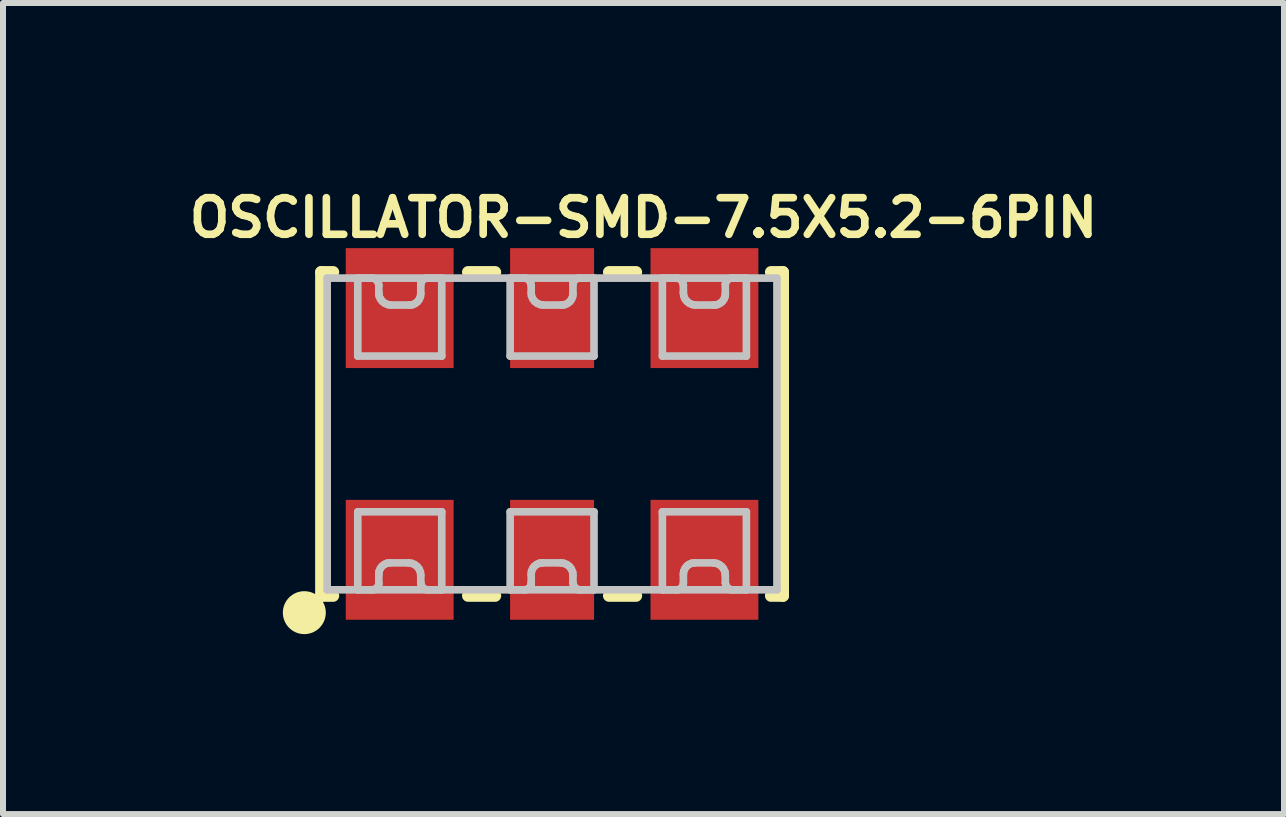
<source format=kicad_pcb>
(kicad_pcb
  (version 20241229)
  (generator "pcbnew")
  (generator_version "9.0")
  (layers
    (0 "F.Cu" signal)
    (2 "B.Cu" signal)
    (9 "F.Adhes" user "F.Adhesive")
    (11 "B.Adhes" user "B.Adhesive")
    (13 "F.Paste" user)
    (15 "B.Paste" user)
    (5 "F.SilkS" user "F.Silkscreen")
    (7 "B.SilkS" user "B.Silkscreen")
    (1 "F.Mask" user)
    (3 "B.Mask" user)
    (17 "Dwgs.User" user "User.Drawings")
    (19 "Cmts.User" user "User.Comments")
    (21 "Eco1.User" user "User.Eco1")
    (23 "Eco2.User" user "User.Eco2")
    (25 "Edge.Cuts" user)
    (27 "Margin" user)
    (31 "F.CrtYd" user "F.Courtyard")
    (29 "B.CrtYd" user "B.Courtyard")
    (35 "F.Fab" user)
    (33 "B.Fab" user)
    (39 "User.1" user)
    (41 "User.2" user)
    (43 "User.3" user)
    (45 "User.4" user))
  (footprint "OSCILLATOR-SMD-7.5X5.2-6PIN"
    (layer "F.Cu")
    (at 6.153 4.184)
    (property "Reference" "OSCILLATOR-SMD-7.5X5.2-6PIN" (at 1.524 -3.604 0) (layer "F.SilkS") (effects (font (size 0.61 0.61) (thickness 0.127))))
    (attr smd)
    (fp_line (start -3.848 -2.697) (end -3.848 2.697) (stroke (width 0.203) (type solid)) (layer "F.SilkS"))
    (fp_line (start -3.848 -2.697) (end -3.65 -2.697) (stroke (width 0.203) (type solid)) (layer "F.SilkS"))
    (fp_line (start -3.848 2.697) (end -3.65 2.697) (stroke (width 0.203) (type solid)) (layer "F.SilkS"))
    (fp_line (start -1.4 -2.697) (end -0.95 -2.697) (stroke (width 0.203) (type solid)) (layer "F.SilkS"))
    (fp_line (start -1.4 2.697) (end -0.95 2.697) (stroke (width 0.203) (type solid)) (layer "F.SilkS"))
    (fp_line (start 0.95 -2.697) (end 1.4 -2.697) (stroke (width 0.203) (type solid)) (layer "F.SilkS"))
    (fp_line (start 0.95 2.697) (end 1.4 2.697) (stroke (width 0.203) (type solid)) (layer "F.SilkS"))
    (fp_line (start 3.65 -2.697) (end 3.848 -2.697) (stroke (width 0.203) (type solid)) (layer "F.SilkS"))
    (fp_line (start 3.65 2.697) (end 3.848 2.697) (stroke (width 0.203) (type solid)) (layer "F.SilkS"))
    (fp_line (start 3.848 2.697) (end 3.848 -2.697) (stroke (width 0.203) (type solid)) (layer "F.SilkS"))
    (fp_circle (center -4.13 2.979) (end -4.13 2.621) (stroke (width 0) (type solid)) (fill yes) (layer "F.SilkS"))
    (fp_line (start -3.749 -2.598) (end -3.749 2.598) (stroke (width 0.127) (type solid)) (layer "Dwgs.User"))
    (fp_line (start -3.749 2.598) (end 3.749 2.598) (stroke (width 0.127) (type solid)) (layer "Dwgs.User"))
    (fp_line (start -3.239 -2.598) (end -3.005 -2.598) (stroke (width 0.127) (type solid)) (layer "Dwgs.User"))
    (fp_line (start -3.239 -1.298) (end -3.239 -2.598) (stroke (width 0.127) (type solid)) (layer "Dwgs.User"))
    (fp_line (start -3.239 1.298) (end -1.839 1.298) (stroke (width 0.127) (type solid)) (layer "Dwgs.User"))
    (fp_line (start -3.239 2.598) (end -3.239 1.298) (stroke (width 0.127) (type solid)) (layer "Dwgs.User"))
    (fp_line (start -3.005 -2.598) (end -2.969 -2.593) (stroke (width 0.127) (type solid)) (layer "Dwgs.User"))
    (fp_line (start -2.997 2.598) (end -3.239 2.598) (stroke (width 0.127) (type solid)) (layer "Dwgs.User"))
    (fp_line (start -2.969 -2.593) (end -2.936 -2.576) (stroke (width 0.127) (type solid)) (layer "Dwgs.User"))
    (fp_line (start -2.964 2.593) (end -2.997 2.598) (stroke (width 0.127) (type solid)) (layer "Dwgs.User"))
    (fp_line (start -2.936 -2.576) (end -2.911 -2.55) (stroke (width 0.127) (type solid)) (layer "Dwgs.User"))
    (fp_line (start -2.934 2.578) (end -2.964 2.593) (stroke (width 0.127) (type solid)) (layer "Dwgs.User"))
    (fp_line (start -2.911 -2.55) (end -2.896 -2.517) (stroke (width 0.127) (type solid)) (layer "Dwgs.User"))
    (fp_line (start -2.908 2.555) (end -2.934 2.578) (stroke (width 0.127) (type solid)) (layer "Dwgs.User"))
    (fp_line (start -2.896 -2.517) (end -2.888 -2.482) (stroke (width 0.127) (type solid)) (layer "Dwgs.User"))
    (fp_line (start -2.893 2.525) (end -2.908 2.555) (stroke (width 0.127) (type solid)) (layer "Dwgs.User"))
    (fp_line (start -2.888 -2.482) (end -2.888 -2.355) (stroke (width 0.127) (type solid)) (layer "Dwgs.User"))
    (fp_line (start -2.888 -2.355) (end -2.883 -2.301) (stroke (width 0.127) (type solid)) (layer "Dwgs.User"))
    (fp_line (start -2.888 2.337) (end -2.888 2.492) (stroke (width 0.127) (type solid)) (layer "Dwgs.User"))
    (fp_line (start -2.888 2.492) (end -2.893 2.525) (stroke (width 0.127) (type solid)) (layer "Dwgs.User"))
    (fp_line (start -2.883 -2.301) (end -2.86 -2.25) (stroke (width 0.127) (type solid)) (layer "Dwgs.User"))
    (fp_line (start -2.883 2.289) (end -2.888 2.337) (stroke (width 0.127) (type solid)) (layer "Dwgs.User"))
    (fp_line (start -2.863 2.243) (end -2.883 2.289) (stroke (width 0.127) (type solid)) (layer "Dwgs.User"))
    (fp_line (start -2.86 -2.25) (end -2.83 -2.21) (stroke (width 0.127) (type solid)) (layer "Dwgs.User"))
    (fp_line (start -2.835 2.205) (end -2.863 2.243) (stroke (width 0.127) (type solid)) (layer "Dwgs.User"))
    (fp_line (start -2.83 -2.21) (end -2.786 -2.177) (stroke (width 0.127) (type solid)) (layer "Dwgs.User"))
    (fp_line (start -2.794 2.174) (end -2.835 2.205) (stroke (width 0.127) (type solid)) (layer "Dwgs.User"))
    (fp_line (start -2.786 -2.177) (end -2.736 -2.156) (stroke (width 0.127) (type solid)) (layer "Dwgs.User"))
    (fp_line (start -2.748 2.154) (end -2.794 2.174) (stroke (width 0.127) (type solid)) (layer "Dwgs.User"))
    (fp_line (start -2.736 -2.156) (end -2.685 -2.149) (stroke (width 0.127) (type solid)) (layer "Dwgs.User"))
    (fp_line (start -2.7 2.149) (end -2.748 2.154) (stroke (width 0.127) (type solid)) (layer "Dwgs.User"))
    (fp_line (start -2.685 -2.149) (end -2.377 -2.149) (stroke (width 0.127) (type solid)) (layer "Dwgs.User"))
    (fp_line (start -2.393 2.149) (end -2.7 2.149) (stroke (width 0.127) (type solid)) (layer "Dwgs.User"))
    (fp_line (start -2.377 -2.149) (end -2.329 -2.154) (stroke (width 0.127) (type solid)) (layer "Dwgs.User"))
    (fp_line (start -2.342 2.156) (end -2.393 2.149) (stroke (width 0.127) (type solid)) (layer "Dwgs.User"))
    (fp_line (start -2.329 -2.154) (end -2.283 -2.174) (stroke (width 0.127) (type solid)) (layer "Dwgs.User"))
    (fp_line (start -2.291 2.177) (end -2.342 2.156) (stroke (width 0.127) (type solid)) (layer "Dwgs.User"))
    (fp_line (start -2.283 -2.174) (end -2.243 -2.205) (stroke (width 0.127) (type solid)) (layer "Dwgs.User"))
    (fp_line (start -2.248 2.21) (end -2.291 2.177) (stroke (width 0.127) (type solid)) (layer "Dwgs.User"))
    (fp_line (start -2.243 -2.205) (end -2.215 -2.243) (stroke (width 0.127) (type solid)) (layer "Dwgs.User"))
    (fp_line (start -2.217 2.25) (end -2.248 2.21) (stroke (width 0.127) (type solid)) (layer "Dwgs.User"))
    (fp_line (start -2.215 -2.243) (end -2.195 -2.289) (stroke (width 0.127) (type solid)) (layer "Dwgs.User"))
    (fp_line (start -2.195 -2.289) (end -2.189 -2.337) (stroke (width 0.127) (type solid)) (layer "Dwgs.User"))
    (fp_line (start -2.195 2.301) (end -2.217 2.25) (stroke (width 0.127) (type solid)) (layer "Dwgs.User"))
    (fp_line (start -2.189 -2.492) (end -2.184 -2.525) (stroke (width 0.127) (type solid)) (layer "Dwgs.User"))
    (fp_line (start -2.189 -2.337) (end -2.189 -2.492) (stroke (width 0.127) (type solid)) (layer "Dwgs.User"))
    (fp_line (start -2.189 2.355) (end -2.195 2.301) (stroke (width 0.127) (type solid)) (layer "Dwgs.User"))
    (fp_line (start -2.189 2.482) (end -2.189 2.355) (stroke (width 0.127) (type solid)) (layer "Dwgs.User"))
    (fp_line (start -2.184 -2.525) (end -2.169 -2.555) (stroke (width 0.127) (type solid)) (layer "Dwgs.User"))
    (fp_line (start -2.182 2.517) (end -2.189 2.482) (stroke (width 0.127) (type solid)) (layer "Dwgs.User"))
    (fp_line (start -2.169 -2.555) (end -2.144 -2.578) (stroke (width 0.127) (type solid)) (layer "Dwgs.User"))
    (fp_line (start -2.167 2.55) (end -2.182 2.517) (stroke (width 0.127) (type solid)) (layer "Dwgs.User"))
    (fp_line (start -2.144 -2.578) (end -2.113 -2.593) (stroke (width 0.127) (type solid)) (layer "Dwgs.User"))
    (fp_line (start -2.141 2.576) (end -2.167 2.55) (stroke (width 0.127) (type solid)) (layer "Dwgs.User"))
    (fp_line (start -2.113 -2.593) (end -2.08 -2.598) (stroke (width 0.127) (type solid)) (layer "Dwgs.User"))
    (fp_line (start -2.108 2.593) (end -2.141 2.576) (stroke (width 0.127) (type solid)) (layer "Dwgs.User"))
    (fp_line (start -2.08 -2.598) (end -1.839 -2.598) (stroke (width 0.127) (type solid)) (layer "Dwgs.User"))
    (fp_line (start -2.073 2.598) (end -2.108 2.593) (stroke (width 0.127) (type solid)) (layer "Dwgs.User"))
    (fp_line (start -1.839 -2.598) (end -1.839 -1.298) (stroke (width 0.127) (type solid)) (layer "Dwgs.User"))
    (fp_line (start -1.839 -1.298) (end -3.239 -1.298) (stroke (width 0.127) (type solid)) (layer "Dwgs.User"))
    (fp_line (start -1.839 1.298) (end -1.839 2.598) (stroke (width 0.127) (type solid)) (layer "Dwgs.User"))
    (fp_line (start -1.839 2.598) (end -2.073 2.598) (stroke (width 0.127) (type solid)) (layer "Dwgs.User"))
    (fp_line (start -0.699 -2.598) (end -0.465 -2.598) (stroke (width 0.127) (type solid)) (layer "Dwgs.User"))
    (fp_line (start -0.699 -1.298) (end -0.699 -2.598) (stroke (width 0.127) (type solid)) (layer "Dwgs.User"))
    (fp_line (start -0.699 1.298) (end 0.699 1.298) (stroke (width 0.127) (type solid)) (layer "Dwgs.User"))
    (fp_line (start -0.699 2.598) (end -0.699 1.298) (stroke (width 0.127) (type solid)) (layer "Dwgs.User"))
    (fp_line (start -0.465 -2.598) (end -0.429 -2.593) (stroke (width 0.127) (type solid)) (layer "Dwgs.User"))
    (fp_line (start -0.457 2.598) (end -0.699 2.598) (stroke (width 0.127) (type solid)) (layer "Dwgs.User"))
    (fp_line (start -0.429 -2.593) (end -0.396 -2.576) (stroke (width 0.127) (type solid)) (layer "Dwgs.User"))
    (fp_line (start -0.424 2.593) (end -0.457 2.598) (stroke (width 0.127) (type solid)) (layer "Dwgs.User"))
    (fp_line (start -0.396 -2.576) (end -0.371 -2.55) (stroke (width 0.127) (type solid)) (layer "Dwgs.User"))
    (fp_line (start -0.394 2.578) (end -0.424 2.593) (stroke (width 0.127) (type solid)) (layer "Dwgs.User"))
    (fp_line (start -0.371 -2.55) (end -0.356 -2.517) (stroke (width 0.127) (type solid)) (layer "Dwgs.User"))
    (fp_line (start -0.368 2.555) (end -0.394 2.578) (stroke (width 0.127) (type solid)) (layer "Dwgs.User"))
    (fp_line (start -0.356 -2.517) (end -0.348 -2.482) (stroke (width 0.127) (type solid)) (layer "Dwgs.User"))
    (fp_line (start -0.353 2.525) (end -0.368 2.555) (stroke (width 0.127) (type solid)) (layer "Dwgs.User"))
    (fp_line (start -0.348 -2.482) (end -0.348 -2.355) (stroke (width 0.127) (type solid)) (layer "Dwgs.User"))
    (fp_line (start -0.348 -2.355) (end -0.343 -2.301) (stroke (width 0.127) (type solid)) (layer "Dwgs.User"))
    (fp_line (start -0.348 2.337) (end -0.348 2.492) (stroke (width 0.127) (type solid)) (layer "Dwgs.User"))
    (fp_line (start -0.348 2.492) (end -0.353 2.525) (stroke (width 0.127) (type solid)) (layer "Dwgs.User"))
    (fp_line (start -0.343 -2.301) (end -0.32 -2.25) (stroke (width 0.127) (type solid)) (layer "Dwgs.User"))
    (fp_line (start -0.343 2.289) (end -0.348 2.337) (stroke (width 0.127) (type solid)) (layer "Dwgs.User"))
    (fp_line (start -0.323 2.243) (end -0.343 2.289) (stroke (width 0.127) (type solid)) (layer "Dwgs.User"))
    (fp_line (start -0.32 -2.25) (end -0.29 -2.21) (stroke (width 0.127) (type solid)) (layer "Dwgs.User"))
    (fp_line (start -0.295 2.205) (end -0.323 2.243) (stroke (width 0.127) (type solid)) (layer "Dwgs.User"))
    (fp_line (start -0.29 -2.21) (end -0.246 -2.177) (stroke (width 0.127) (type solid)) (layer "Dwgs.User"))
    (fp_line (start -0.254 2.174) (end -0.295 2.205) (stroke (width 0.127) (type solid)) (layer "Dwgs.User"))
    (fp_line (start -0.246 -2.177) (end -0.196 -2.156) (stroke (width 0.127) (type solid)) (layer "Dwgs.User"))
    (fp_line (start -0.208 2.154) (end -0.254 2.174) (stroke (width 0.127) (type solid)) (layer "Dwgs.User"))
    (fp_line (start -0.196 -2.156) (end -0.145 -2.149) (stroke (width 0.127) (type solid)) (layer "Dwgs.User"))
    (fp_line (start -0.16 2.149) (end -0.208 2.154) (stroke (width 0.127) (type solid)) (layer "Dwgs.User"))
    (fp_line (start -0.145 -2.149) (end 0.16 -2.149) (stroke (width 0.127) (type solid)) (layer "Dwgs.User"))
    (fp_line (start 0.145 2.149) (end -0.16 2.149) (stroke (width 0.127) (type solid)) (layer "Dwgs.User"))
    (fp_line (start 0.16 -2.149) (end 0.208 -2.154) (stroke (width 0.127) (type solid)) (layer "Dwgs.User"))
    (fp_line (start 0.196 2.156) (end 0.145 2.149) (stroke (width 0.127) (type solid)) (layer "Dwgs.User"))
    (fp_line (start 0.208 -2.154) (end 0.254 -2.174) (stroke (width 0.127) (type solid)) (layer "Dwgs.User"))
    (fp_line (start 0.246 2.177) (end 0.196 2.156) (stroke (width 0.127) (type solid)) (layer "Dwgs.User"))
    (fp_line (start 0.254 -2.174) (end 0.295 -2.205) (stroke (width 0.127) (type solid)) (layer "Dwgs.User"))
    (fp_line (start 0.29 2.21) (end 0.246 2.177) (stroke (width 0.127) (type solid)) (layer "Dwgs.User"))
    (fp_line (start 0.295 -2.205) (end 0.323 -2.243) (stroke (width 0.127) (type solid)) (layer "Dwgs.User"))
    (fp_line (start 0.32 2.25) (end 0.29 2.21) (stroke (width 0.127) (type solid)) (layer "Dwgs.User"))
    (fp_line (start 0.323 -2.243) (end 0.343 -2.289) (stroke (width 0.127) (type solid)) (layer "Dwgs.User"))
    (fp_line (start 0.343 -2.289) (end 0.348 -2.337) (stroke (width 0.127) (type solid)) (layer "Dwgs.User"))
    (fp_line (start 0.343 2.301) (end 0.32 2.25) (stroke (width 0.127) (type solid)) (layer "Dwgs.User"))
    (fp_line (start 0.348 -2.492) (end 0.353 -2.525) (stroke (width 0.127) (type solid)) (layer "Dwgs.User"))
    (fp_line (start 0.348 -2.337) (end 0.348 -2.492) (stroke (width 0.127) (type solid)) (layer "Dwgs.User"))
    (fp_line (start 0.348 2.355) (end 0.343 2.301) (stroke (width 0.127) (type solid)) (layer "Dwgs.User"))
    (fp_line (start 0.348 2.482) (end 0.348 2.355) (stroke (width 0.127) (type solid)) (layer "Dwgs.User"))
    (fp_line (start 0.353 -2.525) (end 0.368 -2.555) (stroke (width 0.127) (type solid)) (layer "Dwgs.User"))
    (fp_line (start 0.356 2.517) (end 0.348 2.482) (stroke (width 0.127) (type solid)) (layer "Dwgs.User"))
    (fp_line (start 0.368 -2.555) (end 0.394 -2.578) (stroke (width 0.127) (type solid)) (layer "Dwgs.User"))
    (fp_line (start 0.371 2.55) (end 0.356 2.517) (stroke (width 0.127) (type solid)) (layer "Dwgs.User"))
    (fp_line (start 0.394 -2.578) (end 0.424 -2.593) (stroke (width 0.127) (type solid)) (layer "Dwgs.User"))
    (fp_line (start 0.396 2.576) (end 0.371 2.55) (stroke (width 0.127) (type solid)) (layer "Dwgs.User"))
    (fp_line (start 0.424 -2.593) (end 0.457 -2.598) (stroke (width 0.127) (type solid)) (layer "Dwgs.User"))
    (fp_line (start 0.429 2.593) (end 0.396 2.576) (stroke (width 0.127) (type solid)) (layer "Dwgs.User"))
    (fp_line (start 0.457 -2.598) (end 0.699 -2.598) (stroke (width 0.127) (type solid)) (layer "Dwgs.User"))
    (fp_line (start 0.465 2.598) (end 0.429 2.593) (stroke (width 0.127) (type solid)) (layer "Dwgs.User"))
    (fp_line (start 0.699 -2.598) (end 0.699 -1.298) (stroke (width 0.127) (type solid)) (layer "Dwgs.User"))
    (fp_line (start 0.699 -1.298) (end -0.699 -1.298) (stroke (width 0.127) (type solid)) (layer "Dwgs.User"))
    (fp_line (start 0.699 1.298) (end 0.699 2.598) (stroke (width 0.127) (type solid)) (layer "Dwgs.User"))
    (fp_line (start 0.699 2.598) (end 0.465 2.598) (stroke (width 0.127) (type solid)) (layer "Dwgs.User"))
    (fp_line (start 1.839 -2.598) (end 2.073 -2.598) (stroke (width 0.127) (type solid)) (layer "Dwgs.User"))
    (fp_line (start 1.839 -1.298) (end 1.839 -2.598) (stroke (width 0.127) (type solid)) (layer "Dwgs.User"))
    (fp_line (start 1.839 1.298) (end 3.239 1.298) (stroke (width 0.127) (type solid)) (layer "Dwgs.User"))
    (fp_line (start 1.839 2.598) (end 1.839 1.298) (stroke (width 0.127) (type solid)) (layer "Dwgs.User"))
    (fp_line (start 2.073 -2.598) (end 2.108 -2.593) (stroke (width 0.127) (type solid)) (layer "Dwgs.User"))
    (fp_line (start 2.08 2.598) (end 1.839 2.598) (stroke (width 0.127) (type solid)) (layer "Dwgs.User"))
    (fp_line (start 2.108 -2.593) (end 2.141 -2.576) (stroke (width 0.127) (type solid)) (layer "Dwgs.User"))
    (fp_line (start 2.113 2.593) (end 2.08 2.598) (stroke (width 0.127) (type solid)) (layer "Dwgs.User"))
    (fp_line (start 2.141 -2.576) (end 2.167 -2.55) (stroke (width 0.127) (type solid)) (layer "Dwgs.User"))
    (fp_line (start 2.144 2.578) (end 2.113 2.593) (stroke (width 0.127) (type solid)) (layer "Dwgs.User"))
    (fp_line (start 2.167 -2.55) (end 2.182 -2.517) (stroke (width 0.127) (type solid)) (layer "Dwgs.User"))
    (fp_line (start 2.169 2.555) (end 2.144 2.578) (stroke (width 0.127) (type solid)) (layer "Dwgs.User"))
    (fp_line (start 2.182 -2.517) (end 2.189 -2.482) (stroke (width 0.127) (type solid)) (layer "Dwgs.User"))
    (fp_line (start 2.184 2.525) (end 2.169 2.555) (stroke (width 0.127) (type solid)) (layer "Dwgs.User"))
    (fp_line (start 2.189 -2.482) (end 2.189 -2.355) (stroke (width 0.127) (type solid)) (layer "Dwgs.User"))
    (fp_line (start 2.189 -2.355) (end 2.195 -2.301) (stroke (width 0.127) (type solid)) (layer "Dwgs.User"))
    (fp_line (start 2.189 2.337) (end 2.189 2.492) (stroke (width 0.127) (type solid)) (layer "Dwgs.User"))
    (fp_line (start 2.189 2.492) (end 2.184 2.525) (stroke (width 0.127) (type solid)) (layer "Dwgs.User"))
    (fp_line (start 2.195 -2.301) (end 2.217 -2.25) (stroke (width 0.127) (type solid)) (layer "Dwgs.User"))
    (fp_line (start 2.195 2.289) (end 2.189 2.337) (stroke (width 0.127) (type solid)) (layer "Dwgs.User"))
    (fp_line (start 2.215 2.243) (end 2.195 2.289) (stroke (width 0.127) (type solid)) (layer "Dwgs.User"))
    (fp_line (start 2.217 -2.25) (end 2.248 -2.21) (stroke (width 0.127) (type solid)) (layer "Dwgs.User"))
    (fp_line (start 2.243 2.205) (end 2.215 2.243) (stroke (width 0.127) (type solid)) (layer "Dwgs.User"))
    (fp_line (start 2.248 -2.21) (end 2.291 -2.177) (stroke (width 0.127) (type solid)) (layer "Dwgs.User"))
    (fp_line (start 2.283 2.174) (end 2.243 2.205) (stroke (width 0.127) (type solid)) (layer "Dwgs.User"))
    (fp_line (start 2.291 -2.177) (end 2.342 -2.156) (stroke (width 0.127) (type solid)) (layer "Dwgs.User"))
    (fp_line (start 2.329 2.154) (end 2.283 2.174) (stroke (width 0.127) (type solid)) (layer "Dwgs.User"))
    (fp_line (start 2.342 -2.156) (end 2.393 -2.149) (stroke (width 0.127) (type solid)) (layer "Dwgs.User"))
    (fp_line (start 2.377 2.149) (end 2.329 2.154) (stroke (width 0.127) (type solid)) (layer "Dwgs.User"))
    (fp_line (start 2.393 -2.149) (end 2.7 -2.149) (stroke (width 0.127) (type solid)) (layer "Dwgs.User"))
    (fp_line (start 2.685 2.149) (end 2.377 2.149) (stroke (width 0.127) (type solid)) (layer "Dwgs.User"))
    (fp_line (start 2.7 -2.149) (end 2.748 -2.154) (stroke (width 0.127) (type solid)) (layer "Dwgs.User"))
    (fp_line (start 2.736 2.156) (end 2.685 2.149) (stroke (width 0.127) (type solid)) (layer "Dwgs.User"))
    (fp_line (start 2.748 -2.154) (end 2.794 -2.174) (stroke (width 0.127) (type solid)) (layer "Dwgs.User"))
    (fp_line (start 2.786 2.177) (end 2.736 2.156) (stroke (width 0.127) (type solid)) (layer "Dwgs.User"))
    (fp_line (start 2.794 -2.174) (end 2.835 -2.205) (stroke (width 0.127) (type solid)) (layer "Dwgs.User"))
    (fp_line (start 2.83 2.21) (end 2.786 2.177) (stroke (width 0.127) (type solid)) (layer "Dwgs.User"))
    (fp_line (start 2.835 -2.205) (end 2.863 -2.243) (stroke (width 0.127) (type solid)) (layer "Dwgs.User"))
    (fp_line (start 2.86 2.25) (end 2.83 2.21) (stroke (width 0.127) (type solid)) (layer "Dwgs.User"))
    (fp_line (start 2.863 -2.243) (end 2.883 -2.289) (stroke (width 0.127) (type solid)) (layer "Dwgs.User"))
    (fp_line (start 2.883 -2.289) (end 2.888 -2.337) (stroke (width 0.127) (type solid)) (layer "Dwgs.User"))
    (fp_line (start 2.883 2.301) (end 2.86 2.25) (stroke (width 0.127) (type solid)) (layer "Dwgs.User"))
    (fp_line (start 2.888 -2.492) (end 2.893 -2.525) (stroke (width 0.127) (type solid)) (layer "Dwgs.User"))
    (fp_line (start 2.888 -2.337) (end 2.888 -2.492) (stroke (width 0.127) (type solid)) (layer "Dwgs.User"))
    (fp_line (start 2.888 2.355) (end 2.883 2.301) (stroke (width 0.127) (type solid)) (layer "Dwgs.User"))
    (fp_line (start 2.888 2.482) (end 2.888 2.355) (stroke (width 0.127) (type solid)) (layer "Dwgs.User"))
    (fp_line (start 2.893 -2.525) (end 2.908 -2.555) (stroke (width 0.127) (type solid)) (layer "Dwgs.User"))
    (fp_line (start 2.896 2.517) (end 2.888 2.482) (stroke (width 0.127) (type solid)) (layer "Dwgs.User"))
    (fp_line (start 2.908 -2.555) (end 2.934 -2.578) (stroke (width 0.127) (type solid)) (layer "Dwgs.User"))
    (fp_line (start 2.911 2.55) (end 2.896 2.517) (stroke (width 0.127) (type solid)) (layer "Dwgs.User"))
    (fp_line (start 2.934 -2.578) (end 2.964 -2.593) (stroke (width 0.127) (type solid)) (layer "Dwgs.User"))
    (fp_line (start 2.936 2.576) (end 2.911 2.55) (stroke (width 0.127) (type solid)) (layer "Dwgs.User"))
    (fp_line (start 2.964 -2.593) (end 2.997 -2.598) (stroke (width 0.127) (type solid)) (layer "Dwgs.User"))
    (fp_line (start 2.969 2.593) (end 2.936 2.576) (stroke (width 0.127) (type solid)) (layer "Dwgs.User"))
    (fp_line (start 2.997 -2.598) (end 3.239 -2.598) (stroke (width 0.127) (type solid)) (layer "Dwgs.User"))
    (fp_line (start 3.005 2.598) (end 2.969 2.593) (stroke (width 0.127) (type solid)) (layer "Dwgs.User"))
    (fp_line (start 3.239 -2.598) (end 3.239 -1.298) (stroke (width 0.127) (type solid)) (layer "Dwgs.User"))
    (fp_line (start 3.239 -1.298) (end 1.839 -1.298) (stroke (width 0.127) (type solid)) (layer "Dwgs.User"))
    (fp_line (start 3.239 1.298) (end 3.239 2.598) (stroke (width 0.127) (type solid)) (layer "Dwgs.User"))
    (fp_line (start 3.239 2.598) (end 3.005 2.598) (stroke (width 0.127) (type solid)) (layer "Dwgs.User"))
    (fp_line (start 3.749 -2.598) (end -3.749 -2.598) (stroke (width 0.127) (type solid)) (layer "Dwgs.User"))
    (fp_line (start 3.749 2.598) (end 3.749 -2.598) (stroke (width 0.127) (type solid)) (layer "Dwgs.User"))
    (pad "1" smd rect (at -2.54 2.098 90) (size 1.999 1.798) (layers "F.Cu" "F.Mask" "F.Paste"))
    (pad "2" smd rect (at 2.54 2.098 90) (size 1.999 1.798) (layers "F.Cu" "F.Mask" "F.Paste"))
    (pad "3" smd rect (at 2.54 -2.098 90) (size 1.999 1.798) (layers "F.Cu" "F.Mask" "F.Paste"))
    (pad "4" smd rect (at -2.54 -2.098 90) (size 1.999 1.798) (layers "F.Cu" "F.Mask" "F.Paste"))
    (pad "NC0" smd rect (at 0 2.098 90) (size 1.999 1.4) (layers "F.Cu" "F.Mask" "F.Paste"))
    (pad "NC1" smd rect (at 0 -2.098 90) (size 1.999 1.4) (layers "F.Cu" "F.Mask" "F.Paste")))
  (gr_rect
    (start -3 -3)
    (end 18.354 10.521)
    (stroke (width 0.1) (type default))
    (fill no)
    (layer "Edge.Cuts")))
</source>
